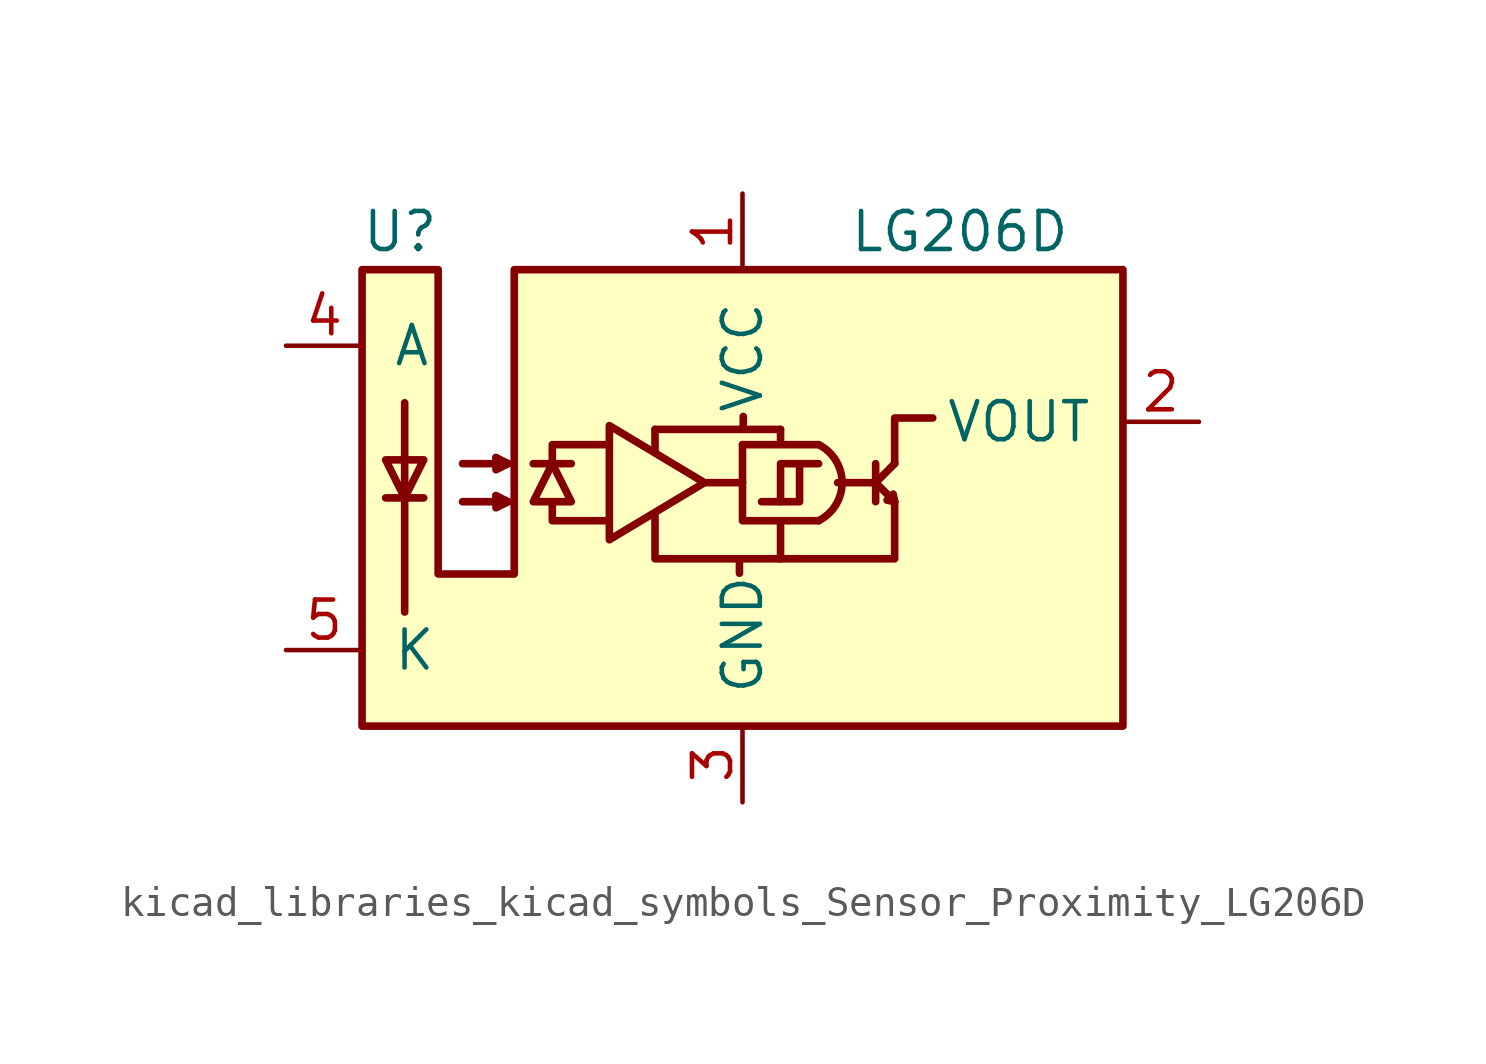
<source format=kicad_sym>
(kicad_symbol_lib
  (version 20220914)
  (generator kicad_symbol_editor)
  (symbol "kicad_libraries_kicad_symbols_Sensor_Proximity_LG206D"
    (pin_names
      (offset 1.016))
    (property "Reference" "U"
      (at -11.43 8.89 0)
      (effects (font (size 1.27 1.27))))
    (property "Value" "LG206D"
      (at 3.556 8.89 0)
      (effects (font (size 1.27 1.27)) (justify left)))
    (symbol "kicad_libraries_kicad_symbols_Sensor_Proximity_LG206D_0_1"
      (polyline (pts (xy -11.913 0) (xy -10.643 0)) (stroke (width 0.254) (type default)) (fill (type none)))
      (polyline (pts (xy -11.278 -3.81) (xy -11.278 3.175)) (stroke (width 0.254) (type default)) (fill (type none)))
      (polyline (pts (xy -6.985 1.143) (xy -5.715 1.143)) (stroke (width 0.254) (type default)) (fill (type none)))
      (polyline (pts (xy -2.921 1.524) (xy -2.921 2.286)) (stroke (width 0.254) (type default)) (fill (type none)))
      (polyline (pts (xy -2.921 2.286) (xy 1.27 2.286)) (stroke (width 0.254) (type default)) (fill (type none)))
      (polyline (pts (xy -1.27 0.508) (xy 0 0.508)) (stroke (width 0.254) (type default)) (fill (type none)))
      (polyline (pts (xy -0.102 -2.515) (xy -0.102 -2.083)) (stroke (width 0.254) (type default)) (fill (type none)))
      (polyline (pts (xy 0 1.778) (xy 2.54 1.778)) (stroke (width 0.254) (type default)) (fill (type none)))
      (polyline (pts (xy 0.025 2.311) (xy 0.025 2.718)) (stroke (width 0.254) (type default)) (fill (type none)))
      (polyline (pts (xy 1.27 1.93) (xy 1.27 2.286)) (stroke (width 0.254) (type default)) (fill (type none)))
      (polyline (pts (xy 3.175 0.508) (xy 4.445 0.508)) (stroke (width 0.254) (type default)) (fill (type none)))
      (polyline (pts (xy 4.445 0.508) (xy 5.08 -0.127)) (stroke (width 0.254) (type default)) (fill (type none)))
      (polyline (pts (xy 4.445 0.508) (xy 5.08 1.143)) (stroke (width 0.254) (type default)) (fill (type none)))
      (polyline (pts (xy 4.445 1.143) (xy 4.445 -0.127)) (stroke (width 0.254) (type default)) (fill (type none)))
      (polyline (pts (xy -9.347 -0.127) (xy -7.823 -0.127) (xy -8.23 0.076)) (stroke (width 0.254) (type default)) (fill (type none)))
      (polyline (pts (xy -9.347 1.143) (xy -7.823 1.143) (xy -8.23 1.346)) (stroke (width 0.254) (type default)) (fill (type none)))
      (polyline (pts (xy -8.23 0.076) (xy -8.23 -0.33) (xy -7.823 -0.127)) (stroke (width 0.254) (type default)) (fill (type none)))
      (polyline (pts (xy -8.23 1.346) (xy -8.23 0.94) (xy -7.823 1.143)) (stroke (width 0.254) (type default)) (fill (type none)))
      (polyline (pts (xy -6.35 -0.127) (xy -6.35 -0.762) (xy -4.445 -0.762)) (stroke (width 0.254) (type default)) (fill (type none)))
      (polyline (pts (xy -6.35 1.143) (xy -6.35 1.778) (xy -4.445 1.778)) (stroke (width 0.254) (type default)) (fill (type none)))
      (polyline (pts (xy 0 1.778) (xy 0 -0.762) (xy 2.54 -0.762)) (stroke (width 0.254) (type default)) (fill (type none)))
      (polyline (pts (xy 1.27 -2.032) (xy -2.921 -2.032) (xy -2.921 -0.508)) (stroke (width 0.254) (type default)) (fill (type none)))
      (polyline (pts (xy 1.905 1.143) (xy 1.27 1.143) (xy 1.27 -0.127)) (stroke (width 0.254) (type default)) (fill (type none)))
      (polyline (pts (xy 5.08 1.143) (xy 5.08 2.667) (xy 6.35 2.667)) (stroke (width 0.254) (type default)) (fill (type none)))
      (polyline (pts (xy -11.913 1.27) (xy -10.643 1.27) (xy -11.278 0) (xy -11.913 1.27)) (stroke (width 0.254) (type default)) (fill (type none)))
      (polyline (pts (xy -6.985 -0.127) (xy -5.715 -0.127) (xy -6.35 1.143) (xy -6.985 -0.127)) (stroke (width 0.254) (type default)) (fill (type none)))
      (polyline (pts (xy -4.445 2.413) (xy -4.445 -1.397) (xy -1.27 0.508) (xy -4.445 2.413)) (stroke (width 0.254) (type default)) (fill (type none)))
      (polyline (pts (xy 0.635 -0.127) (xy 1.905 -0.127) (xy 1.905 1.143) (xy 2.54 1.143)) (stroke (width 0.254) (type default)) (fill (type none)))
      (polyline (pts (xy 1.27 -0.762) (xy 1.27 -2.032) (xy 5.08 -2.032) (xy 5.08 -0.127)) (stroke (width 0.254) (type default)) (fill (type none)))
      (polyline (pts (xy 5.08 -0.127) (xy 4.826 -0.076) (xy 5.029 0.127) (xy 5.08 -0.127)) (stroke (width 0.254) (type default)) (fill (type none)))
      (polyline (pts (xy -12.7 -7.62) (xy 12.7 -7.62) (xy 12.7 7.62) (xy -7.62 7.62) (xy -7.62 -2.54) (xy -10.16 -2.54) (xy -10.16 7.62) (xy -12.7 7.62) (xy -12.7 -7.62)) (stroke (width 0.254) (type default)) (fill (type background)))
      (arc (start 2.54 -0.762) (mid 3.3249 0.508) (end 2.54 1.778) (stroke (width 0.254) (type default)) (fill (type none))))
    (symbol "kicad_libraries_kicad_symbols_Sensor_Proximity_LG206D_1_1"
      (pin power_in line (at 0 10.16 270) (length 2.54) (name "VCC" (effects (font (size 1.27 1.27)))) (number "1" (effects (font (size 1.27 1.27)))))
      (pin open_collector line (at 15.24 2.54 180) (length 2.54) (name "VOUT" (effects (font (size 1.27 1.27)))) (number "2" (effects (font (size 1.27 1.27)))))
      (pin power_in line (at 0 -10.16 90) (length 2.54) (name "GND" (effects (font (size 1.27 1.27)))) (number "3" (effects (font (size 1.27 1.27)))))
      (pin passive line (at -15.24 5.08 0) (length 2.54) (name "A" (effects (font (size 1.27 1.27)))) (number "4" (effects (font (size 1.27 1.27)))))
      (pin passive line (at -15.24 -5.08 0) (length 2.54) (name "K" (effects (font (size 1.27 1.27)))) (number "5" (effects (font (size 1.27 1.27))))))))
</source>
